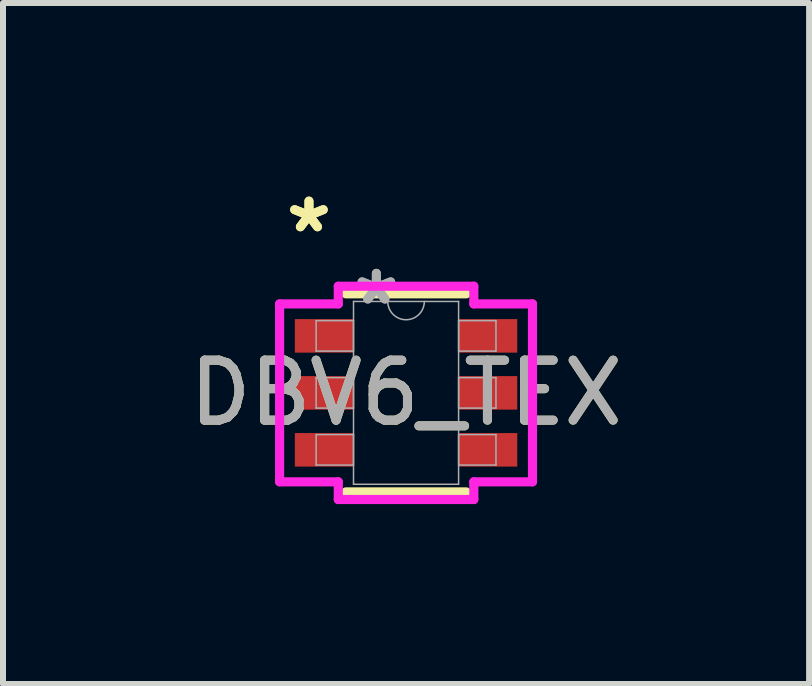
<source format=kicad_pcb>
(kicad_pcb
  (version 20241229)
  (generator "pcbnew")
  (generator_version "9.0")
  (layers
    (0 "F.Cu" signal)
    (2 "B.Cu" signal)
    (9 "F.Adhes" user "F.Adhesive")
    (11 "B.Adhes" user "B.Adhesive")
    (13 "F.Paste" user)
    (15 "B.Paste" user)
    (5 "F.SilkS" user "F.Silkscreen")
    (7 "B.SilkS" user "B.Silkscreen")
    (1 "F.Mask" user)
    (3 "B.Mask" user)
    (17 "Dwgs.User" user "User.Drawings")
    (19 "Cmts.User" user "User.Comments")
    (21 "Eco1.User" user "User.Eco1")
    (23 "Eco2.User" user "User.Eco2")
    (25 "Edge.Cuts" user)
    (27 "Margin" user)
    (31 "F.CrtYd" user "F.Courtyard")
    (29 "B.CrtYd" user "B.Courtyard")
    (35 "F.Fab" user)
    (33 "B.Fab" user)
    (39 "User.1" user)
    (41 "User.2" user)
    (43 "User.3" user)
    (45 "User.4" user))
  (footprint "DBV6_TEX"
    (layer "F.Cu")
    (at 3.72 3.5)
    (property "Reference" "DBV6_TEX" (at 0 0 0) (unlocked yes) (layer "F.SilkS") (effects (font (size 1 1) (thickness 0.15))))
    (attr smd)
    (fp_line (start -1.003 1.651) (end 1.003 1.651) (stroke (width 0.152) (type solid)) (layer "F.SilkS"))
    (fp_line (start 1.003 -1.651) (end -1.003 -1.651) (stroke (width 0.152) (type solid)) (layer "F.SilkS"))
    (fp_line (start -2.108 -1.483) (end -1.13 -1.483) (stroke (width 0.152) (type solid)) (layer "F.CrtYd"))
    (fp_line (start -2.108 1.483) (end -2.108 -1.483) (stroke (width 0.152) (type solid)) (layer "F.CrtYd"))
    (fp_line (start -2.108 1.483) (end -1.13 1.483) (stroke (width 0.152) (type solid)) (layer "F.CrtYd"))
    (fp_line (start -1.13 -1.778) (end 1.13 -1.778) (stroke (width 0.152) (type solid)) (layer "F.CrtYd"))
    (fp_line (start -1.13 -1.483) (end -1.13 -1.778) (stroke (width 0.152) (type solid)) (layer "F.CrtYd"))
    (fp_line (start -1.13 1.778) (end -1.13 1.483) (stroke (width 0.152) (type solid)) (layer "F.CrtYd"))
    (fp_line (start 1.13 -1.778) (end 1.13 -1.483) (stroke (width 0.152) (type solid)) (layer "F.CrtYd"))
    (fp_line (start 1.13 1.483) (end 1.13 1.778) (stroke (width 0.152) (type solid)) (layer "F.CrtYd"))
    (fp_line (start 1.13 1.778) (end -1.13 1.778) (stroke (width 0.152) (type solid)) (layer "F.CrtYd"))
    (fp_line (start 2.108 -1.483) (end 1.13 -1.483) (stroke (width 0.152) (type solid)) (layer "F.CrtYd"))
    (fp_line (start 2.108 -1.483) (end 2.108 1.483) (stroke (width 0.152) (type solid)) (layer "F.CrtYd"))
    (fp_line (start 2.108 1.483) (end 1.13 1.483) (stroke (width 0.152) (type solid)) (layer "F.CrtYd"))
    (fp_line (start -1.499 -1.204) (end -1.499 -0.696) (stroke (width 0.025) (type solid)) (layer "F.Fab"))
    (fp_line (start -1.499 -0.696) (end -0.876 -0.696) (stroke (width 0.025) (type solid)) (layer "F.Fab"))
    (fp_line (start -1.499 -0.254) (end -1.499 0.254) (stroke (width 0.025) (type solid)) (layer "F.Fab"))
    (fp_line (start -1.499 0.254) (end -0.876 0.254) (stroke (width 0.025) (type solid)) (layer "F.Fab"))
    (fp_line (start -1.499 0.696) (end -1.499 1.204) (stroke (width 0.025) (type solid)) (layer "F.Fab"))
    (fp_line (start -1.499 1.204) (end -0.876 1.204) (stroke (width 0.025) (type solid)) (layer "F.Fab"))
    (fp_line (start -0.876 -1.524) (end -0.876 1.524) (stroke (width 0.025) (type solid)) (layer "F.Fab"))
    (fp_line (start -0.876 -1.204) (end -1.499 -1.204) (stroke (width 0.025) (type solid)) (layer "F.Fab"))
    (fp_line (start -0.876 -0.696) (end -0.876 -1.204) (stroke (width 0.025) (type solid)) (layer "F.Fab"))
    (fp_line (start -0.876 -0.254) (end -1.499 -0.254) (stroke (width 0.025) (type solid)) (layer "F.Fab"))
    (fp_line (start -0.876 0.254) (end -0.876 -0.254) (stroke (width 0.025) (type solid)) (layer "F.Fab"))
    (fp_line (start -0.876 0.696) (end -1.499 0.696) (stroke (width 0.025) (type solid)) (layer "F.Fab"))
    (fp_line (start -0.876 1.204) (end -0.876 0.696) (stroke (width 0.025) (type solid)) (layer "F.Fab"))
    (fp_line (start -0.876 1.524) (end 0.876 1.524) (stroke (width 0.025) (type solid)) (layer "F.Fab"))
    (fp_line (start 0.876 -1.524) (end -0.876 -1.524) (stroke (width 0.025) (type solid)) (layer "F.Fab"))
    (fp_line (start 0.876 -1.204) (end 0.876 -0.696) (stroke (width 0.025) (type solid)) (layer "F.Fab"))
    (fp_line (start 0.876 -0.696) (end 1.499 -0.696) (stroke (width 0.025) (type solid)) (layer "F.Fab"))
    (fp_line (start 0.876 -0.254) (end 0.876 0.254) (stroke (width 0.025) (type solid)) (layer "F.Fab"))
    (fp_line (start 0.876 0.254) (end 1.499 0.254) (stroke (width 0.025) (type solid)) (layer "F.Fab"))
    (fp_line (start 0.876 0.696) (end 0.876 1.204) (stroke (width 0.025) (type solid)) (layer "F.Fab"))
    (fp_line (start 0.876 1.204) (end 1.499 1.204) (stroke (width 0.025) (type solid)) (layer "F.Fab"))
    (fp_line (start 0.876 1.524) (end 0.876 -1.524) (stroke (width 0.025) (type solid)) (layer "F.Fab"))
    (fp_line (start 1.499 -1.204) (end 0.876 -1.204) (stroke (width 0.025) (type solid)) (layer "F.Fab"))
    (fp_line (start 1.499 -0.696) (end 1.499 -1.204) (stroke (width 0.025) (type solid)) (layer "F.Fab"))
    (fp_line (start 1.499 -0.254) (end 0.876 -0.254) (stroke (width 0.025) (type solid)) (layer "F.Fab"))
    (fp_line (start 1.499 0.254) (end 1.499 -0.254) (stroke (width 0.025) (type solid)) (layer "F.Fab"))
    (fp_line (start 1.499 0.696) (end 0.876 0.696) (stroke (width 0.025) (type solid)) (layer "F.Fab"))
    (fp_line (start 1.499 1.204) (end 1.499 0.696) (stroke (width 0.025) (type solid)) (layer "F.Fab"))
    (fp_arc (start 0.3048 -1.524) (mid 0 -1.2192) (end -0.3048 -1.524) (stroke (width 0.0254) (type solid)) (layer "F.Fab"))
    (fp_text user "*" (at -1.619 -2.652 0) (layer "F.SilkS") (effects (font (size 1 1) (thickness 0.15))))
    (fp_text user "*" (at -1.619 -2.652 0) (unlocked yes) (layer "F.SilkS") (effects (font (size 1 1) (thickness 0.15))))
    (fp_text user "*" (at -0.495 -1.448 0) (unlocked yes) (layer "F.Fab") (effects (font (size 1 1) (thickness 0.15))))
    (fp_text user "${REFERENCE}" (at 0 0 0) (unlocked yes) (layer "F.Fab") (effects (font (size 1 1) (thickness 0.15))))
    (fp_text user "*" (at -0.495 -1.448 0) (layer "F.Fab") (effects (font (size 1 1) (thickness 0.15))))
    (pad "1" smd rect (at -1.365 -0.95) (size 0.978 0.559) (layers "F.Cu" "F.Mask" "F.Paste"))
    (pad "2" smd rect (at -1.365 0) (size 0.978 0.559) (layers "F.Cu" "F.Mask" "F.Paste"))
    (pad "3" smd rect (at -1.365 0.95) (size 0.978 0.559) (layers "F.Cu" "F.Mask" "F.Paste"))
    (pad "4" smd rect (at 1.365 0.95) (size 0.978 0.559) (layers "F.Cu" "F.Mask" "F.Paste"))
    (pad "5" smd rect (at 1.365 0) (size 0.978 0.559) (layers "F.Cu" "F.Mask" "F.Paste"))
    (pad "6" smd rect (at 1.365 -0.95) (size 0.978 0.559) (layers "F.Cu" "F.Mask" "F.Paste")))
  (gr_rect
    (start -3 -3)
    (end 10.44 8.354)
    (stroke (width 0.1) (type default))
    (fill no)
    (layer "Edge.Cuts")))
</source>
